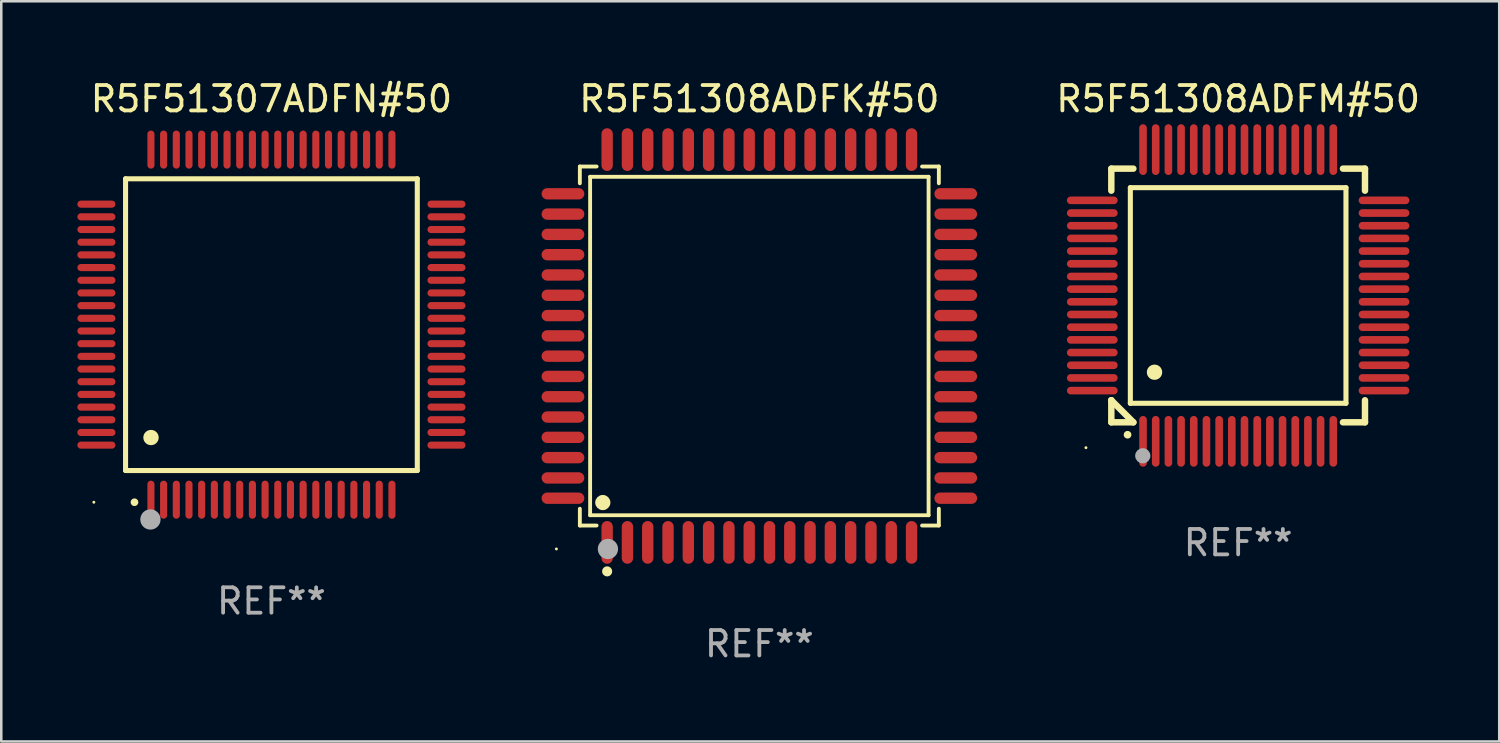
<source format=kicad_pcb>
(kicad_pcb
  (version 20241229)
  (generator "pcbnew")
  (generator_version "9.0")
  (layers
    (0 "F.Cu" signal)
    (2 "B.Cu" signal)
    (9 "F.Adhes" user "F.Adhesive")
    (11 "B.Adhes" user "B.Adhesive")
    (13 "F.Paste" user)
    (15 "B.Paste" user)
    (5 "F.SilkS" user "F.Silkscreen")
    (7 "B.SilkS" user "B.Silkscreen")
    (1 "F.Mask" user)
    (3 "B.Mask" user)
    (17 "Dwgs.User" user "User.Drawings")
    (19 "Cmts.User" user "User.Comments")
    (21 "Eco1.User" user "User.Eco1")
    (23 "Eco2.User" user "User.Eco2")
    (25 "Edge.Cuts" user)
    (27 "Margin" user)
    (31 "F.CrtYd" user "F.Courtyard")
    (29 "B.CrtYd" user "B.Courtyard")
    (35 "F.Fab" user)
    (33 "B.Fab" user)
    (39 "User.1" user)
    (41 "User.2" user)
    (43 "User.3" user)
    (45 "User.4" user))
  (footprint "R5F51307ADFN#50"
    (layer "F.Cu")
    (at 7.65 9.748)
    (property "Reference" "R5F51307ADFN#50" (at 0 -8.9 0) (layer "F.SilkS") (effects (font (size 1 1) (thickness 0.15))))
    (attr through_hole)
    (fp_line (start -5.75 -5.75) (end 5.75 -5.75) (stroke (width 0.2) (type solid)) (layer "F.SilkS"))
    (fp_line (start -5.75 5.75) (end -5.75 -5.75) (stroke (width 0.2) (type solid)) (layer "F.SilkS"))
    (fp_line (start 5.75 -5.75) (end 5.75 5.75) (stroke (width 0.2) (type solid)) (layer "F.SilkS"))
    (fp_line (start 5.75 5.75) (end -5.75 5.75) (stroke (width 0.2) (type solid)) (layer "F.SilkS"))
    (fp_arc (start -5.400051 7.000254) (mid -5.398781 7.000249) (end -5.397511 7.000254) (stroke (width 0.3) (type solid)) (layer "F.SilkS"))
    (fp_arc (start -4.749809 4.450089) (mid -4.747269 4.450078) (end -4.744729 4.450089) (stroke (width 0.6) (type solid)) (layer "F.SilkS"))
    (fp_circle (center -7 7) (end -6.97 7) (stroke (width 0.06) (type solid)) (fill no) (layer "F.SilkS"))
    (fp_circle (center -4.77 7.68) (end -4.57 7.68) (stroke (width 0.4) (type solid)) (fill no) (layer "F.Fab"))
    (fp_text user "REF**" (at 0 10.9 0) (layer "F.Fab") (effects (font (size 1 1) (thickness 0.15))))
    (pad "1" smd oval (at -4.75 6.9) (size 0.28 1.5) (layers "F.Cu" "F.Mask" "F.Paste"))
    (pad "2" smd oval (at -4.25 6.9) (size 0.28 1.5) (layers "F.Cu" "F.Mask" "F.Paste"))
    (pad "3" smd oval (at -3.75 6.9) (size 0.28 1.5) (layers "F.Cu" "F.Mask" "F.Paste"))
    (pad "4" smd oval (at -3.25 6.9) (size 0.28 1.5) (layers "F.Cu" "F.Mask" "F.Paste"))
    (pad "5" smd oval (at -2.75 6.9) (size 0.28 1.5) (layers "F.Cu" "F.Mask" "F.Paste"))
    (pad "6" smd oval (at -2.25 6.9) (size 0.28 1.5) (layers "F.Cu" "F.Mask" "F.Paste"))
    (pad "7" smd oval (at -1.75 6.9) (size 0.28 1.5) (layers "F.Cu" "F.Mask" "F.Paste"))
    (pad "8" smd oval (at -1.25 6.9) (size 0.28 1.5) (layers "F.Cu" "F.Mask" "F.Paste"))
    (pad "9" smd oval (at -0.75 6.9) (size 0.28 1.5) (layers "F.Cu" "F.Mask" "F.Paste"))
    (pad "10" smd oval (at -0.25 6.9) (size 0.28 1.5) (layers "F.Cu" "F.Mask" "F.Paste"))
    (pad "11" smd oval (at 0.25 6.9) (size 0.28 1.5) (layers "F.Cu" "F.Mask" "F.Paste"))
    (pad "12" smd oval (at 0.75 6.9) (size 0.28 1.5) (layers "F.Cu" "F.Mask" "F.Paste"))
    (pad "13" smd oval (at 1.25 6.9) (size 0.28 1.5) (layers "F.Cu" "F.Mask" "F.Paste"))
    (pad "14" smd oval (at 1.75 6.9) (size 0.28 1.5) (layers "F.Cu" "F.Mask" "F.Paste"))
    (pad "15" smd oval (at 2.25 6.9) (size 0.28 1.5) (layers "F.Cu" "F.Mask" "F.Paste"))
    (pad "16" smd oval (at 2.75 6.9) (size 0.28 1.5) (layers "F.Cu" "F.Mask" "F.Paste"))
    (pad "17" smd oval (at 3.25 6.9) (size 0.28 1.5) (layers "F.Cu" "F.Mask" "F.Paste"))
    (pad "18" smd oval (at 3.75 6.9) (size 0.28 1.5) (layers "F.Cu" "F.Mask" "F.Paste"))
    (pad "19" smd oval (at 4.25 6.9) (size 0.28 1.5) (layers "F.Cu" "F.Mask" "F.Paste"))
    (pad "20" smd oval (at 4.75 6.9) (size 0.28 1.5) (layers "F.Cu" "F.Mask" "F.Paste"))
    (pad "21" smd oval (at 6.9 4.75) (size 1.5 0.28) (layers "F.Cu" "F.Mask" "F.Paste"))
    (pad "22" smd oval (at 6.9 4.25) (size 1.5 0.28) (layers "F.Cu" "F.Mask" "F.Paste"))
    (pad "23" smd oval (at 6.9 3.75) (size 1.5 0.28) (layers "F.Cu" "F.Mask" "F.Paste"))
    (pad "24" smd oval (at 6.9 3.25) (size 1.5 0.28) (layers "F.Cu" "F.Mask" "F.Paste"))
    (pad "25" smd oval (at 6.9 2.75) (size 1.5 0.28) (layers "F.Cu" "F.Mask" "F.Paste"))
    (pad "26" smd oval (at 6.9 2.25) (size 1.5 0.28) (layers "F.Cu" "F.Mask" "F.Paste"))
    (pad "27" smd oval (at 6.9 1.75) (size 1.5 0.28) (layers "F.Cu" "F.Mask" "F.Paste"))
    (pad "28" smd oval (at 6.9 1.25) (size 1.5 0.28) (layers "F.Cu" "F.Mask" "F.Paste"))
    (pad "29" smd oval (at 6.9 0.75) (size 1.5 0.28) (layers "F.Cu" "F.Mask" "F.Paste"))
    (pad "30" smd oval (at 6.9 0.25) (size 1.5 0.28) (layers "F.Cu" "F.Mask" "F.Paste"))
    (pad "31" smd oval (at 6.9 -0.25) (size 1.5 0.28) (layers "F.Cu" "F.Mask" "F.Paste"))
    (pad "32" smd oval (at 6.9 -0.75) (size 1.5 0.28) (layers "F.Cu" "F.Mask" "F.Paste"))
    (pad "33" smd oval (at 6.9 -1.25) (size 1.5 0.28) (layers "F.Cu" "F.Mask" "F.Paste"))
    (pad "34" smd oval (at 6.9 -1.75) (size 1.5 0.28) (layers "F.Cu" "F.Mask" "F.Paste"))
    (pad "35" smd oval (at 6.9 -2.25) (size 1.5 0.28) (layers "F.Cu" "F.Mask" "F.Paste"))
    (pad "36" smd oval (at 6.9 -2.75) (size 1.5 0.28) (layers "F.Cu" "F.Mask" "F.Paste"))
    (pad "37" smd oval (at 6.9 -3.25) (size 1.5 0.28) (layers "F.Cu" "F.Mask" "F.Paste"))
    (pad "38" smd oval (at 6.9 -3.75) (size 1.5 0.28) (layers "F.Cu" "F.Mask" "F.Paste"))
    (pad "39" smd oval (at 6.9 -4.25) (size 1.5 0.28) (layers "F.Cu" "F.Mask" "F.Paste"))
    (pad "40" smd oval (at 6.9 -4.75) (size 1.5 0.28) (layers "F.Cu" "F.Mask" "F.Paste"))
    (pad "41" smd oval (at 4.75 -6.9) (size 0.28 1.5) (layers "F.Cu" "F.Mask" "F.Paste"))
    (pad "42" smd oval (at 4.25 -6.9) (size 0.28 1.5) (layers "F.Cu" "F.Mask" "F.Paste"))
    (pad "43" smd oval (at 3.75 -6.9) (size 0.28 1.5) (layers "F.Cu" "F.Mask" "F.Paste"))
    (pad "44" smd oval (at 3.25 -6.9) (size 0.28 1.5) (layers "F.Cu" "F.Mask" "F.Paste"))
    (pad "45" smd oval (at 2.75 -6.9) (size 0.28 1.5) (layers "F.Cu" "F.Mask" "F.Paste"))
    (pad "46" smd oval (at 2.25 -6.9) (size 0.28 1.5) (layers "F.Cu" "F.Mask" "F.Paste"))
    (pad "47" smd oval (at 1.75 -6.9) (size 0.28 1.5) (layers "F.Cu" "F.Mask" "F.Paste"))
    (pad "48" smd oval (at 1.25 -6.9) (size 0.28 1.5) (layers "F.Cu" "F.Mask" "F.Paste"))
    (pad "49" smd oval (at 0.75 -6.9) (size 0.28 1.5) (layers "F.Cu" "F.Mask" "F.Paste"))
    (pad "50" smd oval (at 0.25 -6.9) (size 0.28 1.5) (layers "F.Cu" "F.Mask" "F.Paste"))
    (pad "51" smd oval (at -0.25 -6.9) (size 0.28 1.5) (layers "F.Cu" "F.Mask" "F.Paste"))
    (pad "52" smd oval (at -0.75 -6.9) (size 0.28 1.5) (layers "F.Cu" "F.Mask" "F.Paste"))
    (pad "53" smd oval (at -1.25 -6.9) (size 0.28 1.5) (layers "F.Cu" "F.Mask" "F.Paste"))
    (pad "54" smd oval (at -1.75 -6.9) (size 0.28 1.5) (layers "F.Cu" "F.Mask" "F.Paste"))
    (pad "55" smd oval (at -2.25 -6.9) (size 0.28 1.5) (layers "F.Cu" "F.Mask" "F.Paste"))
    (pad "56" smd oval (at -2.75 -6.9) (size 0.28 1.5) (layers "F.Cu" "F.Mask" "F.Paste"))
    (pad "57" smd oval (at -3.25 -6.9) (size 0.28 1.5) (layers "F.Cu" "F.Mask" "F.Paste"))
    (pad "58" smd oval (at -3.75 -6.9) (size 0.28 1.5) (layers "F.Cu" "F.Mask" "F.Paste"))
    (pad "59" smd oval (at -4.25 -6.9) (size 0.28 1.5) (layers "F.Cu" "F.Mask" "F.Paste"))
    (pad "60" smd oval (at -4.75 -6.9) (size 0.28 1.5) (layers "F.Cu" "F.Mask" "F.Paste"))
    (pad "61" smd oval (at -6.9 -4.75) (size 1.5 0.28) (layers "F.Cu" "F.Mask" "F.Paste"))
    (pad "62" smd oval (at -6.9 -4.25) (size 1.5 0.28) (layers "F.Cu" "F.Mask" "F.Paste"))
    (pad "63" smd oval (at -6.9 -3.75) (size 1.5 0.28) (layers "F.Cu" "F.Mask" "F.Paste"))
    (pad "64" smd oval (at -6.9 -3.25) (size 1.5 0.28) (layers "F.Cu" "F.Mask" "F.Paste"))
    (pad "65" smd oval (at -6.9 -2.75) (size 1.5 0.28) (layers "F.Cu" "F.Mask" "F.Paste"))
    (pad "66" smd oval (at -6.9 -2.25) (size 1.5 0.28) (layers "F.Cu" "F.Mask" "F.Paste"))
    (pad "67" smd oval (at -6.9 -1.75) (size 1.5 0.28) (layers "F.Cu" "F.Mask" "F.Paste"))
    (pad "68" smd oval (at -6.9 -1.25) (size 1.5 0.28) (layers "F.Cu" "F.Mask" "F.Paste"))
    (pad "69" smd oval (at -6.9 -0.75) (size 1.5 0.28) (layers "F.Cu" "F.Mask" "F.Paste"))
    (pad "70" smd oval (at -6.9 -0.25) (size 1.5 0.28) (layers "F.Cu" "F.Mask" "F.Paste"))
    (pad "71" smd oval (at -6.9 0.25) (size 1.5 0.28) (layers "F.Cu" "F.Mask" "F.Paste"))
    (pad "72" smd oval (at -6.9 0.75) (size 1.5 0.28) (layers "F.Cu" "F.Mask" "F.Paste"))
    (pad "73" smd oval (at -6.9 1.25) (size 1.5 0.28) (layers "F.Cu" "F.Mask" "F.Paste"))
    (pad "74" smd oval (at -6.9 1.75) (size 1.5 0.28) (layers "F.Cu" "F.Mask" "F.Paste"))
    (pad "75" smd oval (at -6.9 2.25) (size 1.5 0.28) (layers "F.Cu" "F.Mask" "F.Paste"))
    (pad "76" smd oval (at -6.9 2.75) (size 1.5 0.28) (layers "F.Cu" "F.Mask" "F.Paste"))
    (pad "77" smd oval (at -6.9 3.25) (size 1.5 0.28) (layers "F.Cu" "F.Mask" "F.Paste"))
    (pad "78" smd oval (at -6.9 3.75) (size 1.5 0.28) (layers "F.Cu" "F.Mask" "F.Paste"))
    (pad "79" smd oval (at -6.9 4.25) (size 1.5 0.28) (layers "F.Cu" "F.Mask" "F.Paste"))
    (pad "80" smd oval (at -6.9 4.75) (size 1.5 0.28) (layers "F.Cu" "F.Mask" "F.Paste")))
  (footprint "R5F51308ADFM#50"
    (layer "F.Cu")
    (at 45.759 8.598)
    (property "Reference" "R5F51308ADFM#50" (at 0 -7.75 0) (layer "F.SilkS") (effects (font (size 1 1) (thickness 0.15))))
    (attr through_hole)
    (fp_line (start -5 -5) (end -4.131 -5) (stroke (width 0.254) (type solid)) (layer "F.SilkS"))
    (fp_line (start -5 -4.131) (end -5 -5) (stroke (width 0.254) (type solid)) (layer "F.SilkS"))
    (fp_line (start -5 4.131) (end -5 4.131) (stroke (width 0.254) (type solid)) (layer "F.SilkS"))
    (fp_line (start -5 5) (end -5 4.131) (stroke (width 0.254) (type solid)) (layer "F.SilkS"))
    (fp_line (start -5 4.131) (end -4.131 5) (stroke (width 0.254) (type solid)) (layer "F.SilkS"))
    (fp_line (start -4.25 -4.25) (end -4.25 4.25) (stroke (width 0.2) (type solid)) (layer "F.SilkS"))
    (fp_line (start -4.25 4.25) (end 4.25 4.25) (stroke (width 0.2) (type solid)) (layer "F.SilkS"))
    (fp_line (start -4.131 5) (end -5 5) (stroke (width 0.254) (type solid)) (layer "F.SilkS"))
    (fp_line (start 4.25 -4.25) (end -4.25 -4.25) (stroke (width 0.2) (type solid)) (layer "F.SilkS"))
    (fp_line (start 4.25 4.25) (end 4.25 -4.25) (stroke (width 0.2) (type solid)) (layer "F.SilkS"))
    (fp_line (start 5 -5) (end 4.131 -5) (stroke (width 0.254) (type solid)) (layer "F.SilkS"))
    (fp_line (start 5 -5) (end 5 -4.131) (stroke (width 0.254) (type solid)) (layer "F.SilkS"))
    (fp_line (start 5 4.131) (end 5 5) (stroke (width 0.254) (type solid)) (layer "F.SilkS"))
    (fp_line (start 5 5) (end 4.131 5) (stroke (width 0.254) (type solid)) (layer "F.SilkS"))
    (fp_arc (start -4.361265 5.489992) (mid -4.359995 5.489987) (end -4.358725 5.489992) (stroke (width 0.3) (type solid)) (layer "F.SilkS"))
    (fp_arc (start -3.299467 3.025146) (mid -3.296927 3.025135) (end -3.294387 3.025146) (stroke (width 0.6) (type solid)) (layer "F.SilkS"))
    (fp_circle (center -6 6) (end -5.97 6) (stroke (width 0.06) (type solid)) (fill no) (layer "F.SilkS"))
    (fp_circle (center -3.76 6.32) (end -3.61 6.32) (stroke (width 0.3) (type solid)) (fill no) (layer "F.Fab"))
    (fp_text user "REF**" (at 0 9.75 0) (layer "F.Fab") (effects (font (size 1 1) (thickness 0.15))))
    (pad "1" smd oval (at -3.75 5.75) (size 0.3 2) (layers "F.Cu" "F.Mask" "F.Paste"))
    (pad "2" smd oval (at -3.25 5.75) (size 0.3 2) (layers "F.Cu" "F.Mask" "F.Paste"))
    (pad "3" smd oval (at -2.75 5.75) (size 0.3 2) (layers "F.Cu" "F.Mask" "F.Paste"))
    (pad "4" smd oval (at -2.25 5.75) (size 0.3 2) (layers "F.Cu" "F.Mask" "F.Paste"))
    (pad "5" smd oval (at -1.75 5.75) (size 0.3 2) (layers "F.Cu" "F.Mask" "F.Paste"))
    (pad "6" smd oval (at -1.25 5.75) (size 0.3 2) (layers "F.Cu" "F.Mask" "F.Paste"))
    (pad "7" smd oval (at -0.75 5.75) (size 0.3 2) (layers "F.Cu" "F.Mask" "F.Paste"))
    (pad "8" smd oval (at -0.25 5.75) (size 0.3 2) (layers "F.Cu" "F.Mask" "F.Paste"))
    (pad "9" smd oval (at 0.25 5.75) (size 0.3 2) (layers "F.Cu" "F.Mask" "F.Paste"))
    (pad "10" smd oval (at 0.75 5.75) (size 0.3 2) (layers "F.Cu" "F.Mask" "F.Paste"))
    (pad "11" smd oval (at 1.25 5.75) (size 0.3 2) (layers "F.Cu" "F.Mask" "F.Paste"))
    (pad "12" smd oval (at 1.75 5.75) (size 0.3 2) (layers "F.Cu" "F.Mask" "F.Paste"))
    (pad "13" smd oval (at 2.25 5.75) (size 0.3 2) (layers "F.Cu" "F.Mask" "F.Paste"))
    (pad "14" smd oval (at 2.75 5.75) (size 0.3 2) (layers "F.Cu" "F.Mask" "F.Paste"))
    (pad "15" smd oval (at 3.25 5.75) (size 0.3 2) (layers "F.Cu" "F.Mask" "F.Paste"))
    (pad "16" smd oval (at 3.75 5.75) (size 0.3 2) (layers "F.Cu" "F.Mask" "F.Paste"))
    (pad "17" smd oval (at 5.75 3.75) (size 2 0.3) (layers "F.Cu" "F.Mask" "F.Paste"))
    (pad "18" smd oval (at 5.75 3.25) (size 2 0.3) (layers "F.Cu" "F.Mask" "F.Paste"))
    (pad "19" smd oval (at 5.75 2.75) (size 2 0.3) (layers "F.Cu" "F.Mask" "F.Paste"))
    (pad "20" smd oval (at 5.75 2.25) (size 2 0.3) (layers "F.Cu" "F.Mask" "F.Paste"))
    (pad "21" smd oval (at 5.75 1.75) (size 2 0.3) (layers "F.Cu" "F.Mask" "F.Paste"))
    (pad "22" smd oval (at 5.75 1.25) (size 2 0.3) (layers "F.Cu" "F.Mask" "F.Paste"))
    (pad "23" smd oval (at 5.75 0.75) (size 2 0.3) (layers "F.Cu" "F.Mask" "F.Paste"))
    (pad "24" smd oval (at 5.75 0.25) (size 2 0.3) (layers "F.Cu" "F.Mask" "F.Paste"))
    (pad "25" smd oval (at 5.75 -0.25) (size 2 0.3) (layers "F.Cu" "F.Mask" "F.Paste"))
    (pad "26" smd oval (at 5.75 -0.75) (size 2 0.3) (layers "F.Cu" "F.Mask" "F.Paste"))
    (pad "27" smd oval (at 5.75 -1.25) (size 2 0.3) (layers "F.Cu" "F.Mask" "F.Paste"))
    (pad "28" smd oval (at 5.75 -1.75) (size 2 0.3) (layers "F.Cu" "F.Mask" "F.Paste"))
    (pad "29" smd oval (at 5.75 -2.25) (size 2 0.3) (layers "F.Cu" "F.Mask" "F.Paste"))
    (pad "30" smd oval (at 5.75 -2.75) (size 2 0.3) (layers "F.Cu" "F.Mask" "F.Paste"))
    (pad "31" smd oval (at 5.75 -3.25) (size 2 0.3) (layers "F.Cu" "F.Mask" "F.Paste"))
    (pad "32" smd oval (at 5.75 -3.75) (size 2 0.3) (layers "F.Cu" "F.Mask" "F.Paste"))
    (pad "33" smd oval (at 3.75 -5.75) (size 0.3 2) (layers "F.Cu" "F.Mask" "F.Paste"))
    (pad "34" smd oval (at 3.25 -5.75) (size 0.3 2) (layers "F.Cu" "F.Mask" "F.Paste"))
    (pad "35" smd oval (at 2.75 -5.75) (size 0.3 2) (layers "F.Cu" "F.Mask" "F.Paste"))
    (pad "36" smd oval (at 2.25 -5.75) (size 0.3 2) (layers "F.Cu" "F.Mask" "F.Paste"))
    (pad "37" smd oval (at 1.75 -5.75) (size 0.3 2) (layers "F.Cu" "F.Mask" "F.Paste"))
    (pad "38" smd oval (at 1.25 -5.75) (size 0.3 2) (layers "F.Cu" "F.Mask" "F.Paste"))
    (pad "39" smd oval (at 0.75 -5.75) (size 0.3 2) (layers "F.Cu" "F.Mask" "F.Paste"))
    (pad "40" smd oval (at 0.25 -5.75) (size 0.3 2) (layers "F.Cu" "F.Mask" "F.Paste"))
    (pad "41" smd oval (at -0.25 -5.75) (size 0.3 2) (layers "F.Cu" "F.Mask" "F.Paste"))
    (pad "42" smd oval (at -0.75 -5.75) (size 0.3 2) (layers "F.Cu" "F.Mask" "F.Paste"))
    (pad "43" smd oval (at -1.25 -5.75) (size 0.3 2) (layers "F.Cu" "F.Mask" "F.Paste"))
    (pad "44" smd oval (at -1.75 -5.75) (size 0.3 2) (layers "F.Cu" "F.Mask" "F.Paste"))
    (pad "45" smd oval (at -2.25 -5.75) (size 0.3 2) (layers "F.Cu" "F.Mask" "F.Paste"))
    (pad "46" smd oval (at -2.75 -5.75) (size 0.3 2) (layers "F.Cu" "F.Mask" "F.Paste"))
    (pad "47" smd oval (at -3.25 -5.75) (size 0.3 2) (layers "F.Cu" "F.Mask" "F.Paste"))
    (pad "48" smd oval (at -3.75 -5.75) (size 0.3 2) (layers "F.Cu" "F.Mask" "F.Paste"))
    (pad "49" smd oval (at -5.75 -3.75) (size 2 0.3) (layers "F.Cu" "F.Mask" "F.Paste"))
    (pad "50" smd oval (at -5.75 -3.25) (size 2 0.3) (layers "F.Cu" "F.Mask" "F.Paste"))
    (pad "51" smd oval (at -5.75 -2.75) (size 2 0.3) (layers "F.Cu" "F.Mask" "F.Paste"))
    (pad "52" smd oval (at -5.75 -2.25) (size 2 0.3) (layers "F.Cu" "F.Mask" "F.Paste"))
    (pad "53" smd oval (at -5.75 -1.75) (size 2 0.3) (layers "F.Cu" "F.Mask" "F.Paste"))
    (pad "54" smd oval (at -5.75 -1.25) (size 2 0.3) (layers "F.Cu" "F.Mask" "F.Paste"))
    (pad "55" smd oval (at -5.75 -0.75) (size 2 0.3) (layers "F.Cu" "F.Mask" "F.Paste"))
    (pad "56" smd oval (at -5.75 -0.25) (size 2 0.3) (layers "F.Cu" "F.Mask" "F.Paste"))
    (pad "57" smd oval (at -5.75 0.25) (size 2 0.3) (layers "F.Cu" "F.Mask" "F.Paste"))
    (pad "58" smd oval (at -5.75 0.75) (size 2 0.3) (layers "F.Cu" "F.Mask" "F.Paste"))
    (pad "59" smd oval (at -5.75 1.25) (size 2 0.3) (layers "F.Cu" "F.Mask" "F.Paste"))
    (pad "60" smd oval (at -5.75 1.75) (size 2 0.3) (layers "F.Cu" "F.Mask" "F.Paste"))
    (pad "61" smd oval (at -5.75 2.25) (size 2 0.3) (layers "F.Cu" "F.Mask" "F.Paste"))
    (pad "62" smd oval (at -5.75 2.75) (size 2 0.3) (layers "F.Cu" "F.Mask" "F.Paste"))
    (pad "63" smd oval (at -5.75 3.25) (size 2 0.3) (layers "F.Cu" "F.Mask" "F.Paste"))
    (pad "64" smd oval (at -5.75 3.75) (size 2 0.3) (layers "F.Cu" "F.Mask" "F.Paste")))
  (footprint "R5F51308ADFK#50"
    (layer "F.Cu")
    (at 26.884 10.59)
    (property "Reference" "R5F51308ADFK#50" (at 0 -9.742 0) (layer "F.SilkS") (effects (font (size 1 1) (thickness 0.15))))
    (attr through_hole)
    (fp_line (start -7.076 -7.076) (end -6.415 -7.076) (stroke (width 0.152) (type solid)) (layer "F.SilkS"))
    (fp_line (start -7.076 -6.415) (end -7.076 -7.076) (stroke (width 0.152) (type solid)) (layer "F.SilkS"))
    (fp_line (start -7.076 6.415) (end -7.076 7.076) (stroke (width 0.152) (type solid)) (layer "F.SilkS"))
    (fp_line (start -7.076 7.076) (end -6.415 7.076) (stroke (width 0.152) (type solid)) (layer "F.SilkS"))
    (fp_line (start -6.671 -6.671) (end 6.671 -6.671) (stroke (width 0.152) (type solid)) (layer "F.SilkS"))
    (fp_line (start -6.671 6.671) (end -6.671 -6.671) (stroke (width 0.152) (type solid)) (layer "F.SilkS"))
    (fp_line (start 6.671 -6.671) (end 6.671 6.671) (stroke (width 0.152) (type solid)) (layer "F.SilkS"))
    (fp_line (start 6.671 6.671) (end -6.671 6.671) (stroke (width 0.152) (type solid)) (layer "F.SilkS"))
    (fp_line (start 7.076 -7.076) (end 6.415 -7.076) (stroke (width 0.152) (type solid)) (layer "F.SilkS"))
    (fp_line (start 7.076 -6.415) (end 7.076 -7.076) (stroke (width 0.152) (type solid)) (layer "F.SilkS"))
    (fp_line (start 7.076 6.415) (end 7.076 7.076) (stroke (width 0.152) (type solid)) (layer "F.SilkS"))
    (fp_line (start 7.076 7.076) (end 6.415 7.076) (stroke (width 0.152) (type solid)) (layer "F.SilkS"))
    (fp_circle (center -8 8) (end -7.97 8) (stroke (width 0.06) (type solid)) (fill no) (layer "F.SilkS"))
    (fp_circle (center -6.171 6.171) (end -6.021 6.171) (stroke (width 0.3) (type solid)) (fill no) (layer "F.SilkS"))
    (fp_circle (center -6 8.884) (end -5.9 8.884) (stroke (width 0.2) (type solid)) (fill no) (layer "F.SilkS"))
    (fp_circle (center -5.969 8.001) (end -5.769 8.001) (stroke (width 0.4) (type solid)) (fill no) (layer "F.Fab"))
    (fp_text user "REF**" (at 0 11.742 0) (layer "F.Fab") (effects (font (size 1 1) (thickness 0.15))))
    (pad "1" smd oval (at -6 7.742) (size 0.448 1.684) (layers "F.Cu" "F.Mask" "F.Paste"))
    (pad "2" smd oval (at -5.2 7.742) (size 0.448 1.684) (layers "F.Cu" "F.Mask" "F.Paste"))
    (pad "3" smd oval (at -4.4 7.742) (size 0.448 1.684) (layers "F.Cu" "F.Mask" "F.Paste"))
    (pad "4" smd oval (at -3.6 7.742) (size 0.448 1.684) (layers "F.Cu" "F.Mask" "F.Paste"))
    (pad "5" smd oval (at -2.8 7.742) (size 0.448 1.684) (layers "F.Cu" "F.Mask" "F.Paste"))
    (pad "6" smd oval (at -2 7.742) (size 0.448 1.684) (layers "F.Cu" "F.Mask" "F.Paste"))
    (pad "7" smd oval (at -1.2 7.742) (size 0.448 1.684) (layers "F.Cu" "F.Mask" "F.Paste"))
    (pad "8" smd oval (at -0.4 7.742) (size 0.448 1.684) (layers "F.Cu" "F.Mask" "F.Paste"))
    (pad "9" smd oval (at 0.4 7.742) (size 0.448 1.684) (layers "F.Cu" "F.Mask" "F.Paste"))
    (pad "10" smd oval (at 1.2 7.742) (size 0.448 1.684) (layers "F.Cu" "F.Mask" "F.Paste"))
    (pad "11" smd oval (at 2 7.742) (size 0.448 1.684) (layers "F.Cu" "F.Mask" "F.Paste"))
    (pad "12" smd oval (at 2.8 7.742) (size 0.448 1.684) (layers "F.Cu" "F.Mask" "F.Paste"))
    (pad "13" smd oval (at 3.6 7.742) (size 0.448 1.684) (layers "F.Cu" "F.Mask" "F.Paste"))
    (pad "14" smd oval (at 4.4 7.742) (size 0.448 1.684) (layers "F.Cu" "F.Mask" "F.Paste"))
    (pad "15" smd oval (at 5.2 7.742) (size 0.448 1.684) (layers "F.Cu" "F.Mask" "F.Paste"))
    (pad "16" smd oval (at 6 7.742) (size 0.448 1.684) (layers "F.Cu" "F.Mask" "F.Paste"))
    (pad "17" smd oval (at 7.742 6) (size 1.684 0.448) (layers "F.Cu" "F.Mask" "F.Paste"))
    (pad "18" smd oval (at 7.742 5.2) (size 1.684 0.448) (layers "F.Cu" "F.Mask" "F.Paste"))
    (pad "19" smd oval (at 7.742 4.4) (size 1.684 0.448) (layers "F.Cu" "F.Mask" "F.Paste"))
    (pad "20" smd oval (at 7.742 3.6) (size 1.684 0.448) (layers "F.Cu" "F.Mask" "F.Paste"))
    (pad "21" smd oval (at 7.742 2.8) (size 1.684 0.448) (layers "F.Cu" "F.Mask" "F.Paste"))
    (pad "22" smd oval (at 7.742 2) (size 1.684 0.448) (layers "F.Cu" "F.Mask" "F.Paste"))
    (pad "23" smd oval (at 7.742 1.2) (size 1.684 0.448) (layers "F.Cu" "F.Mask" "F.Paste"))
    (pad "24" smd oval (at 7.742 0.4) (size 1.684 0.448) (layers "F.Cu" "F.Mask" "F.Paste"))
    (pad "25" smd oval (at 7.742 -0.4) (size 1.684 0.448) (layers "F.Cu" "F.Mask" "F.Paste"))
    (pad "26" smd oval (at 7.742 -1.2) (size 1.684 0.448) (layers "F.Cu" "F.Mask" "F.Paste"))
    (pad "27" smd oval (at 7.742 -2) (size 1.684 0.448) (layers "F.Cu" "F.Mask" "F.Paste"))
    (pad "28" smd oval (at 7.742 -2.8) (size 1.684 0.448) (layers "F.Cu" "F.Mask" "F.Paste"))
    (pad "29" smd oval (at 7.742 -3.6) (size 1.684 0.448) (layers "F.Cu" "F.Mask" "F.Paste"))
    (pad "30" smd oval (at 7.742 -4.4) (size 1.684 0.448) (layers "F.Cu" "F.Mask" "F.Paste"))
    (pad "31" smd oval (at 7.742 -5.2) (size 1.684 0.448) (layers "F.Cu" "F.Mask" "F.Paste"))
    (pad "32" smd oval (at 7.742 -6) (size 1.684 0.448) (layers "F.Cu" "F.Mask" "F.Paste"))
    (pad "33" smd oval (at 6 -7.742) (size 0.448 1.684) (layers "F.Cu" "F.Mask" "F.Paste"))
    (pad "34" smd oval (at 5.2 -7.742) (size 0.448 1.684) (layers "F.Cu" "F.Mask" "F.Paste"))
    (pad "35" smd oval (at 4.4 -7.742) (size 0.448 1.684) (layers "F.Cu" "F.Mask" "F.Paste"))
    (pad "36" smd oval (at 3.6 -7.742) (size 0.448 1.684) (layers "F.Cu" "F.Mask" "F.Paste"))
    (pad "37" smd oval (at 2.8 -7.742) (size 0.448 1.684) (layers "F.Cu" "F.Mask" "F.Paste"))
    (pad "38" smd oval (at 2 -7.742) (size 0.448 1.684) (layers "F.Cu" "F.Mask" "F.Paste"))
    (pad "39" smd oval (at 1.2 -7.742) (size 0.448 1.684) (layers "F.Cu" "F.Mask" "F.Paste"))
    (pad "40" smd oval (at 0.4 -7.742) (size 0.448 1.684) (layers "F.Cu" "F.Mask" "F.Paste"))
    (pad "41" smd oval (at -0.4 -7.742) (size 0.448 1.684) (layers "F.Cu" "F.Mask" "F.Paste"))
    (pad "42" smd oval (at -1.2 -7.742) (size 0.448 1.684) (layers "F.Cu" "F.Mask" "F.Paste"))
    (pad "43" smd oval (at -2 -7.742) (size 0.448 1.684) (layers "F.Cu" "F.Mask" "F.Paste"))
    (pad "44" smd oval (at -2.8 -7.742) (size 0.448 1.684) (layers "F.Cu" "F.Mask" "F.Paste"))
    (pad "45" smd oval (at -3.6 -7.742) (size 0.448 1.684) (layers "F.Cu" "F.Mask" "F.Paste"))
    (pad "46" smd oval (at -4.4 -7.742) (size 0.448 1.684) (layers "F.Cu" "F.Mask" "F.Paste"))
    (pad "47" smd oval (at -5.2 -7.742) (size 0.448 1.684) (layers "F.Cu" "F.Mask" "F.Paste"))
    (pad "48" smd oval (at -6 -7.742) (size 0.448 1.684) (layers "F.Cu" "F.Mask" "F.Paste"))
    (pad "49" smd oval (at -7.742 -6) (size 1.684 0.448) (layers "F.Cu" "F.Mask" "F.Paste"))
    (pad "50" smd oval (at -7.742 -5.2) (size 1.684 0.448) (layers "F.Cu" "F.Mask" "F.Paste"))
    (pad "51" smd oval (at -7.742 -4.4) (size 1.684 0.448) (layers "F.Cu" "F.Mask" "F.Paste"))
    (pad "52" smd oval (at -7.742 -3.6) (size 1.684 0.448) (layers "F.Cu" "F.Mask" "F.Paste"))
    (pad "53" smd oval (at -7.742 -2.8) (size 1.684 0.448) (layers "F.Cu" "F.Mask" "F.Paste"))
    (pad "54" smd oval (at -7.742 -2) (size 1.684 0.448) (layers "F.Cu" "F.Mask" "F.Paste"))
    (pad "55" smd oval (at -7.742 -1.2) (size 1.684 0.448) (layers "F.Cu" "F.Mask" "F.Paste"))
    (pad "56" smd oval (at -7.742 -0.4) (size 1.684 0.448) (layers "F.Cu" "F.Mask" "F.Paste"))
    (pad "57" smd oval (at -7.742 0.4) (size 1.684 0.448) (layers "F.Cu" "F.Mask" "F.Paste"))
    (pad "58" smd oval (at -7.742 1.2) (size 1.684 0.448) (layers "F.Cu" "F.Mask" "F.Paste"))
    (pad "59" smd oval (at -7.742 2) (size 1.684 0.448) (layers "F.Cu" "F.Mask" "F.Paste"))
    (pad "60" smd oval (at -7.742 2.8) (size 1.684 0.448) (layers "F.Cu" "F.Mask" "F.Paste"))
    (pad "61" smd oval (at -7.742 3.6) (size 1.684 0.448) (layers "F.Cu" "F.Mask" "F.Paste"))
    (pad "62" smd oval (at -7.742 4.4) (size 1.684 0.448) (layers "F.Cu" "F.Mask" "F.Paste"))
    (pad "63" smd oval (at -7.742 5.2) (size 1.684 0.448) (layers "F.Cu" "F.Mask" "F.Paste"))
    (pad "64" smd oval (at -7.742 6) (size 1.684 0.448) (layers "F.Cu" "F.Mask" "F.Paste")))
  (gr_rect
    (start -3 -3)
    (end 56.051 26.18)
    (stroke (width 0.1) (type default))
    (fill no)
    (layer "Edge.Cuts")))
</source>
